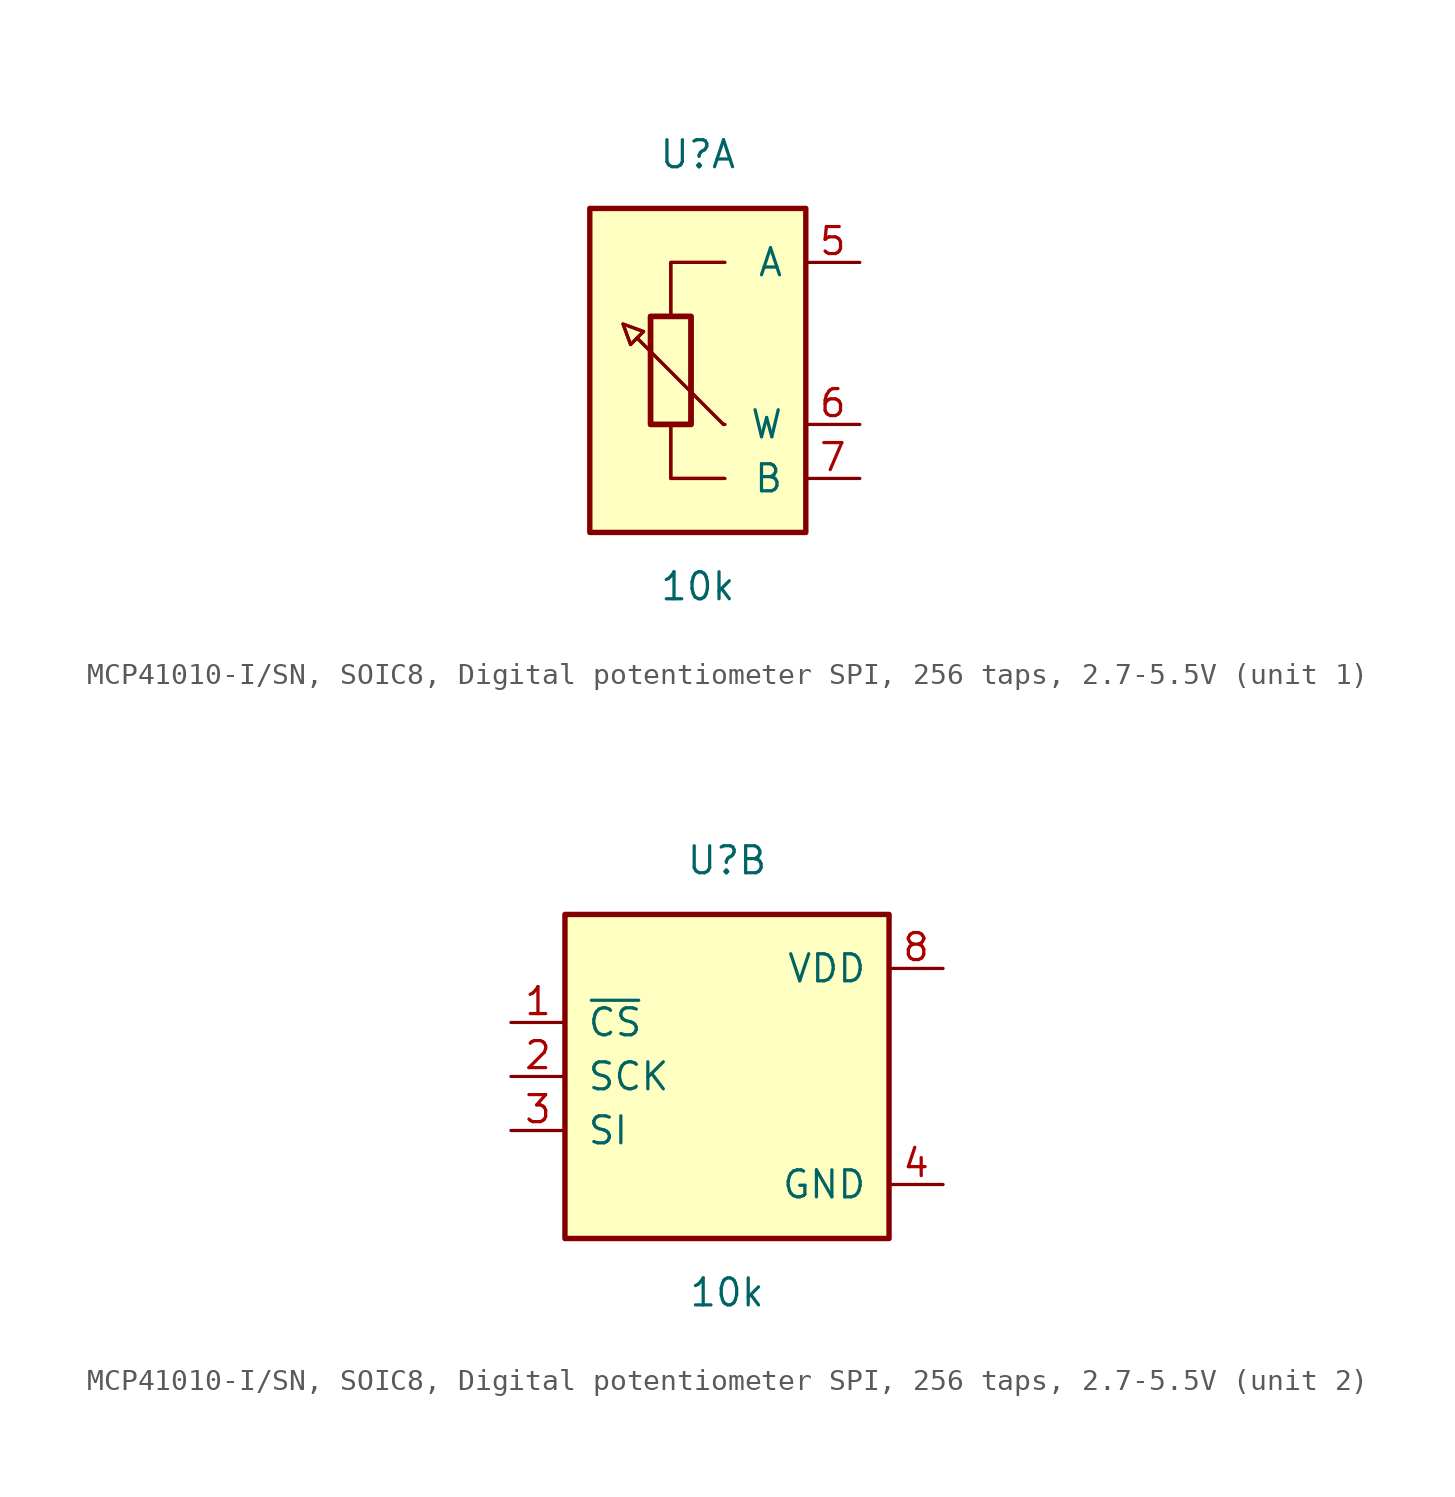
<source format=kicad_sym>
(kicad_symbol_lib
  (version 20241209)
  (generator "kicad_symbol_editor")
  (generator_version "9.0")
  (symbol "MCP41010-I/SN, SOIC8, Digital potentiometer SPI, 256 taps, 2.7-5.5V"
    (pin_names
      (offset 1.016))
    (property "Reference" "U"
      (at 0 10.16 0)
      (effects (font (size 1.27 1.27))))
    (property "Value" "10k"
      (at 0 -10.16 0)
      (effects (font (size 1.27 1.27))))
    (property "ki_locked" ""
      (at 0 0 0)
      (effects (font (size 1.27 1.27))))
    (symbol "MCP41010-I/SN, SOIC8, Digital potentiometer SPI, 256 taps, 2.7-5.5V_1_1"
      (rectangle (start -5.08 7.62) (end 5.08 -7.62) (stroke (width 0.254) (type default)) (fill (type background)))
      (polyline (pts (xy -2.857 1.524) (xy -3.162 1.219)) (stroke (width 0) (type default)) (fill (type none)))
      (polyline (pts (xy -2.857 1.524) (xy -3.162 1.219)) (stroke (width 0) (type default)) (fill (type none)))
      (polyline (pts (xy -2.857 1.524) (xy -2.553 1.829)) (stroke (width 0) (type default)) (fill (type none)))
      (polyline (pts (xy -2.857 1.524) (xy -2.553 1.829)) (stroke (width 0) (type default)) (fill (type none)))
      (polyline (pts (xy -2.553 1.829) (xy -3.518 2.184) (xy -3.162 1.219)) (stroke (width 0) (type default)) (fill (type none)))
      (polyline (pts (xy -2.553 1.829) (xy -3.518 2.184) (xy -3.162 1.219)) (stroke (width 0) (type default)) (fill (type none)))
      (rectangle (start -2.223 2.54) (end -0.318 -2.54) (stroke (width 0.254) (type default)) (fill (type none)))
      (rectangle (start -2.223 2.54) (end -0.318 -2.54) (stroke (width 0.254) (type default)) (fill (type none)))
      (polyline (pts (xy -1.27 -2.54) (xy -1.27 -5.08) (xy 1.27 -5.08)) (stroke (width 0) (type default)) (fill (type none)))
      (polyline (pts (xy -1.27 -2.54) (xy -1.27 -5.08) (xy 1.27 -5.08)) (stroke (width 0) (type default)) (fill (type none)))
      (polyline (pts (xy 1.27 5.08) (xy -1.27 5.08) (xy -1.27 2.54)) (stroke (width 0) (type default)) (fill (type none)))
      (polyline (pts (xy 1.27 5.08) (xy -1.27 5.08) (xy -1.27 2.54)) (stroke (width 0) (type default)) (fill (type none)))
      (polyline (pts (xy 1.27 -2.54) (xy 1.206 -2.54) (xy -2.857 1.524) (xy -2.857 1.524)) (stroke (width 0) (type default)) (fill (type none)))
      (polyline (pts (xy 1.27 -2.54) (xy 1.206 -2.54) (xy -2.857 1.524) (xy -2.857 1.524)) (stroke (width 0) (type default)) (fill (type none)))
      (pin passive line (at 7.62 5.08 180) (length 2.54) (name "A" (effects (font (size 1.27 1.27)))) (number "5" (effects (font (size 1.27 1.27)))))
      (pin passive line (at 7.62 -2.54 180) (length 2.54) (name "W" (effects (font (size 1.27 1.27)))) (number "6" (effects (font (size 1.27 1.27)))))
      (pin passive line (at 7.62 -5.08 180) (length 2.54) (name "B" (effects (font (size 1.27 1.27)))) (number "7" (effects (font (size 1.27 1.27))))))
    (symbol "MCP41010-I/SN, SOIC8, Digital potentiometer SPI, 256 taps, 2.7-5.5V_2_1"
      (rectangle (start -7.62 7.62) (end 7.62 -7.62) (stroke (width 0.254) (type default)) (fill (type background)))
      (pin input line (at -10.16 2.54 0) (length 2.54) (name "~{CS}" (effects (font (size 1.27 1.27)))) (number "1" (effects (font (size 1.27 1.27)))))
      (pin input line (at -10.16 0 0) (length 2.54) (name "SCK" (effects (font (size 1.27 1.27)))) (number "2" (effects (font (size 1.27 1.27)))))
      (pin input line (at -10.16 -2.54 0) (length 2.54) (name "SI" (effects (font (size 1.27 1.27)))) (number "3" (effects (font (size 1.27 1.27)))))
      (pin input line (at 10.16 5.08 180) (length 2.54) (name "VDD" (effects (font (size 1.27 1.27)))) (number "8" (effects (font (size 1.27 1.27)))))
      (pin input line (at 10.16 -5.08 180) (length 2.54) (name "GND" (effects (font (size 1.27 1.27)))) (number "4" (effects (font (size 1.27 1.27))))))))
</source>
